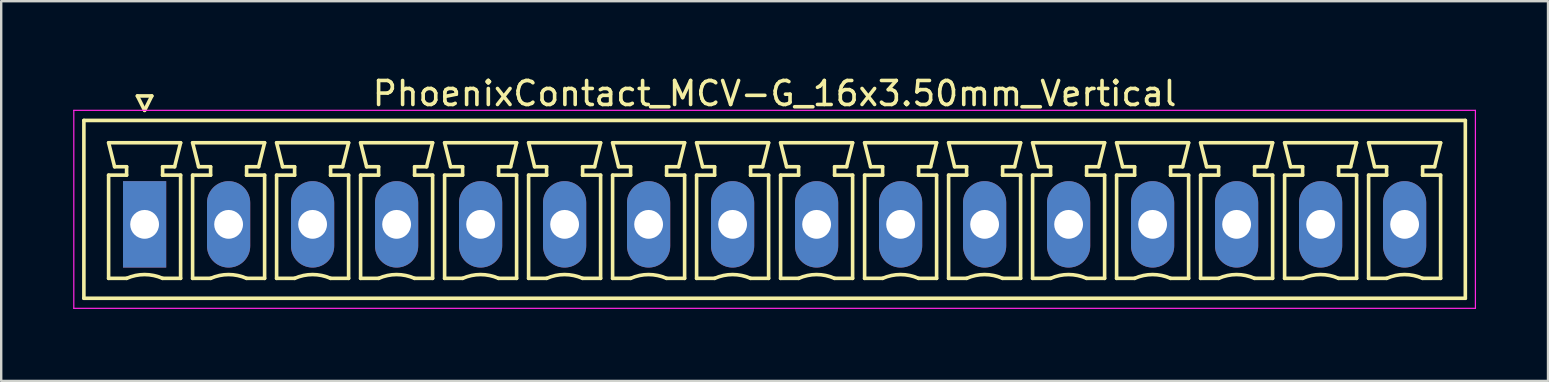
<source format=kicad_pcb>
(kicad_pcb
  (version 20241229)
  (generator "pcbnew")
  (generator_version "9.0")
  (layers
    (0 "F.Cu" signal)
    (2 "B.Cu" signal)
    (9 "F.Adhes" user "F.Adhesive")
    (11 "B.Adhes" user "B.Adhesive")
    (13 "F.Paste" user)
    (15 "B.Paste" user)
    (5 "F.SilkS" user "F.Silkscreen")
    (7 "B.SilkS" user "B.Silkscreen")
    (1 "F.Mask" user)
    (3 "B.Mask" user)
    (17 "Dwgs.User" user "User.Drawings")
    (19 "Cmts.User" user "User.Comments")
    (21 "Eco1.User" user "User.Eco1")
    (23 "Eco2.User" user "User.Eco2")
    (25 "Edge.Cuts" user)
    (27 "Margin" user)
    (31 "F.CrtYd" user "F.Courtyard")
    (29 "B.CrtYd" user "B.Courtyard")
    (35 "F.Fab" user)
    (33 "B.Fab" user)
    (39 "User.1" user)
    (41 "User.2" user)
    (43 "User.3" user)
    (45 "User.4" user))
  (footprint "PhoenixContact_MCV-G_16x3.50mm_Vertical"
    (layer "F.Cu")
    (at 2.975 6.298)
    (property "Reference" "PhoenixContact_MCV-G_16x3.50mm_Vertical" (at 26.25 -5.45 0) (layer "F.SilkS") (effects (font (size 1 1) (thickness 0.15))))
    (attr through_hole)
    (fp_line (start -2.53 -4.33) (end -2.53 3.08) (stroke (width 0.15) (type solid)) (layer "F.SilkS"))
    (fp_line (start -2.53 3.08) (end 55.03 3.08) (stroke (width 0.15) (type solid)) (layer "F.SilkS"))
    (fp_line (start -1.5 -3.4) (end 1.5 -3.4) (stroke (width 0.15) (type solid)) (layer "F.SilkS"))
    (fp_line (start -1.5 -2.05) (end -0.75 -2.05) (stroke (width 0.15) (type solid)) (layer "F.SilkS"))
    (fp_line (start -1.5 2.25) (end -1.5 -2.05) (stroke (width 0.15) (type solid)) (layer "F.SilkS"))
    (fp_line (start -1.25 -2.4) (end -1.5 -3.4) (stroke (width 0.15) (type solid)) (layer "F.SilkS"))
    (fp_line (start -0.75 -2.4) (end -1.25 -2.4) (stroke (width 0.15) (type solid)) (layer "F.SilkS"))
    (fp_line (start -0.75 -2.05) (end -0.75 -2.4) (stroke (width 0.15) (type solid)) (layer "F.SilkS"))
    (fp_line (start -0.75 2.25) (end -1.5 2.25) (stroke (width 0.15) (type solid)) (layer "F.SilkS"))
    (fp_line (start -0.3 -5.35) (end 0 -4.75) (stroke (width 0.15) (type solid)) (layer "F.SilkS"))
    (fp_line (start 0 -4.75) (end 0.3 -5.35) (stroke (width 0.15) (type solid)) (layer "F.SilkS"))
    (fp_line (start 0.3 -5.35) (end -0.3 -5.35) (stroke (width 0.15) (type solid)) (layer "F.SilkS"))
    (fp_line (start 0.75 -2.4) (end 0.75 -2.05) (stroke (width 0.15) (type solid)) (layer "F.SilkS"))
    (fp_line (start 0.75 -2.05) (end 0.75 -2.05) (stroke (width 0.15) (type solid)) (layer "F.SilkS"))
    (fp_line (start 0.75 -2.05) (end 1.5 -2.05) (stroke (width 0.15) (type solid)) (layer "F.SilkS"))
    (fp_line (start 1.25 -2.4) (end 0.75 -2.4) (stroke (width 0.15) (type solid)) (layer "F.SilkS"))
    (fp_line (start 1.5 -3.4) (end 1.25 -2.4) (stroke (width 0.15) (type solid)) (layer "F.SilkS"))
    (fp_line (start 1.5 -2.05) (end 1.5 2.25) (stroke (width 0.15) (type solid)) (layer "F.SilkS"))
    (fp_line (start 1.5 2.25) (end 0.75 2.25) (stroke (width 0.15) (type solid)) (layer "F.SilkS"))
    (fp_line (start 2 -3.4) (end 5 -3.4) (stroke (width 0.15) (type solid)) (layer "F.SilkS"))
    (fp_line (start 2 -2.05) (end 2.75 -2.05) (stroke (width 0.15) (type solid)) (layer "F.SilkS"))
    (fp_line (start 2 2.25) (end 2 -2.05) (stroke (width 0.15) (type solid)) (layer "F.SilkS"))
    (fp_line (start 2.25 -2.4) (end 2 -3.4) (stroke (width 0.15) (type solid)) (layer "F.SilkS"))
    (fp_line (start 2.75 -2.4) (end 2.25 -2.4) (stroke (width 0.15) (type solid)) (layer "F.SilkS"))
    (fp_line (start 2.75 -2.05) (end 2.75 -2.4) (stroke (width 0.15) (type solid)) (layer "F.SilkS"))
    (fp_line (start 2.75 2.25) (end 2 2.25) (stroke (width 0.15) (type solid)) (layer "F.SilkS"))
    (fp_line (start 4.25 -2.4) (end 4.25 -2.05) (stroke (width 0.15) (type solid)) (layer "F.SilkS"))
    (fp_line (start 4.25 -2.05) (end 4.25 -2.05) (stroke (width 0.15) (type solid)) (layer "F.SilkS"))
    (fp_line (start 4.25 -2.05) (end 5 -2.05) (stroke (width 0.15) (type solid)) (layer "F.SilkS"))
    (fp_line (start 4.75 -2.4) (end 4.25 -2.4) (stroke (width 0.15) (type solid)) (layer "F.SilkS"))
    (fp_line (start 5 -3.4) (end 4.75 -2.4) (stroke (width 0.15) (type solid)) (layer "F.SilkS"))
    (fp_line (start 5 -2.05) (end 5 2.25) (stroke (width 0.15) (type solid)) (layer "F.SilkS"))
    (fp_line (start 5 2.25) (end 4.25 2.25) (stroke (width 0.15) (type solid)) (layer "F.SilkS"))
    (fp_line (start 5.5 -3.4) (end 8.5 -3.4) (stroke (width 0.15) (type solid)) (layer "F.SilkS"))
    (fp_line (start 5.5 -2.05) (end 6.25 -2.05) (stroke (width 0.15) (type solid)) (layer "F.SilkS"))
    (fp_line (start 5.5 2.25) (end 5.5 -2.05) (stroke (width 0.15) (type solid)) (layer "F.SilkS"))
    (fp_line (start 5.75 -2.4) (end 5.5 -3.4) (stroke (width 0.15) (type solid)) (layer "F.SilkS"))
    (fp_line (start 6.25 -2.4) (end 5.75 -2.4) (stroke (width 0.15) (type solid)) (layer "F.SilkS"))
    (fp_line (start 6.25 -2.05) (end 6.25 -2.4) (stroke (width 0.15) (type solid)) (layer "F.SilkS"))
    (fp_line (start 6.25 2.25) (end 5.5 2.25) (stroke (width 0.15) (type solid)) (layer "F.SilkS"))
    (fp_line (start 7.75 -2.4) (end 7.75 -2.05) (stroke (width 0.15) (type solid)) (layer "F.SilkS"))
    (fp_line (start 7.75 -2.05) (end 7.75 -2.05) (stroke (width 0.15) (type solid)) (layer "F.SilkS"))
    (fp_line (start 7.75 -2.05) (end 8.5 -2.05) (stroke (width 0.15) (type solid)) (layer "F.SilkS"))
    (fp_line (start 8.25 -2.4) (end 7.75 -2.4) (stroke (width 0.15) (type solid)) (layer "F.SilkS"))
    (fp_line (start 8.5 -3.4) (end 8.25 -2.4) (stroke (width 0.15) (type solid)) (layer "F.SilkS"))
    (fp_line (start 8.5 -2.05) (end 8.5 2.25) (stroke (width 0.15) (type solid)) (layer "F.SilkS"))
    (fp_line (start 8.5 2.25) (end 7.75 2.25) (stroke (width 0.15) (type solid)) (layer "F.SilkS"))
    (fp_line (start 9 -3.4) (end 12 -3.4) (stroke (width 0.15) (type solid)) (layer "F.SilkS"))
    (fp_line (start 9 -2.05) (end 9.75 -2.05) (stroke (width 0.15) (type solid)) (layer "F.SilkS"))
    (fp_line (start 9 2.25) (end 9 -2.05) (stroke (width 0.15) (type solid)) (layer "F.SilkS"))
    (fp_line (start 9.25 -2.4) (end 9 -3.4) (stroke (width 0.15) (type solid)) (layer "F.SilkS"))
    (fp_line (start 9.75 -2.4) (end 9.25 -2.4) (stroke (width 0.15) (type solid)) (layer "F.SilkS"))
    (fp_line (start 9.75 -2.05) (end 9.75 -2.4) (stroke (width 0.15) (type solid)) (layer "F.SilkS"))
    (fp_line (start 9.75 2.25) (end 9 2.25) (stroke (width 0.15) (type solid)) (layer "F.SilkS"))
    (fp_line (start 11.25 -2.4) (end 11.25 -2.05) (stroke (width 0.15) (type solid)) (layer "F.SilkS"))
    (fp_line (start 11.25 -2.05) (end 11.25 -2.05) (stroke (width 0.15) (type solid)) (layer "F.SilkS"))
    (fp_line (start 11.25 -2.05) (end 12 -2.05) (stroke (width 0.15) (type solid)) (layer "F.SilkS"))
    (fp_line (start 11.75 -2.4) (end 11.25 -2.4) (stroke (width 0.15) (type solid)) (layer "F.SilkS"))
    (fp_line (start 12 -3.4) (end 11.75 -2.4) (stroke (width 0.15) (type solid)) (layer "F.SilkS"))
    (fp_line (start 12 -2.05) (end 12 2.25) (stroke (width 0.15) (type solid)) (layer "F.SilkS"))
    (fp_line (start 12 2.25) (end 11.25 2.25) (stroke (width 0.15) (type solid)) (layer "F.SilkS"))
    (fp_line (start 12.5 -3.4) (end 15.5 -3.4) (stroke (width 0.15) (type solid)) (layer "F.SilkS"))
    (fp_line (start 12.5 -2.05) (end 13.25 -2.05) (stroke (width 0.15) (type solid)) (layer "F.SilkS"))
    (fp_line (start 12.5 2.25) (end 12.5 -2.05) (stroke (width 0.15) (type solid)) (layer "F.SilkS"))
    (fp_line (start 12.75 -2.4) (end 12.5 -3.4) (stroke (width 0.15) (type solid)) (layer "F.SilkS"))
    (fp_line (start 13.25 -2.4) (end 12.75 -2.4) (stroke (width 0.15) (type solid)) (layer "F.SilkS"))
    (fp_line (start 13.25 -2.05) (end 13.25 -2.4) (stroke (width 0.15) (type solid)) (layer "F.SilkS"))
    (fp_line (start 13.25 2.25) (end 12.5 2.25) (stroke (width 0.15) (type solid)) (layer "F.SilkS"))
    (fp_line (start 14.75 -2.4) (end 14.75 -2.05) (stroke (width 0.15) (type solid)) (layer "F.SilkS"))
    (fp_line (start 14.75 -2.05) (end 14.75 -2.05) (stroke (width 0.15) (type solid)) (layer "F.SilkS"))
    (fp_line (start 14.75 -2.05) (end 15.5 -2.05) (stroke (width 0.15) (type solid)) (layer "F.SilkS"))
    (fp_line (start 15.25 -2.4) (end 14.75 -2.4) (stroke (width 0.15) (type solid)) (layer "F.SilkS"))
    (fp_line (start 15.5 -3.4) (end 15.25 -2.4) (stroke (width 0.15) (type solid)) (layer "F.SilkS"))
    (fp_line (start 15.5 -2.05) (end 15.5 2.25) (stroke (width 0.15) (type solid)) (layer "F.SilkS"))
    (fp_line (start 15.5 2.25) (end 14.75 2.25) (stroke (width 0.15) (type solid)) (layer "F.SilkS"))
    (fp_line (start 16 -3.4) (end 19 -3.4) (stroke (width 0.15) (type solid)) (layer "F.SilkS"))
    (fp_line (start 16 -2.05) (end 16.75 -2.05) (stroke (width 0.15) (type solid)) (layer "F.SilkS"))
    (fp_line (start 16 2.25) (end 16 -2.05) (stroke (width 0.15) (type solid)) (layer "F.SilkS"))
    (fp_line (start 16.25 -2.4) (end 16 -3.4) (stroke (width 0.15) (type solid)) (layer "F.SilkS"))
    (fp_line (start 16.75 -2.4) (end 16.25 -2.4) (stroke (width 0.15) (type solid)) (layer "F.SilkS"))
    (fp_line (start 16.75 -2.05) (end 16.75 -2.4) (stroke (width 0.15) (type solid)) (layer "F.SilkS"))
    (fp_line (start 16.75 2.25) (end 16 2.25) (stroke (width 0.15) (type solid)) (layer "F.SilkS"))
    (fp_line (start 18.25 -2.4) (end 18.25 -2.05) (stroke (width 0.15) (type solid)) (layer "F.SilkS"))
    (fp_line (start 18.25 -2.05) (end 18.25 -2.05) (stroke (width 0.15) (type solid)) (layer "F.SilkS"))
    (fp_line (start 18.25 -2.05) (end 19 -2.05) (stroke (width 0.15) (type solid)) (layer "F.SilkS"))
    (fp_line (start 18.75 -2.4) (end 18.25 -2.4) (stroke (width 0.15) (type solid)) (layer "F.SilkS"))
    (fp_line (start 19 -3.4) (end 18.75 -2.4) (stroke (width 0.15) (type solid)) (layer "F.SilkS"))
    (fp_line (start 19 -2.05) (end 19 2.25) (stroke (width 0.15) (type solid)) (layer "F.SilkS"))
    (fp_line (start 19 2.25) (end 18.25 2.25) (stroke (width 0.15) (type solid)) (layer "F.SilkS"))
    (fp_line (start 19.5 -3.4) (end 22.5 -3.4) (stroke (width 0.15) (type solid)) (layer "F.SilkS"))
    (fp_line (start 19.5 -2.05) (end 20.25 -2.05) (stroke (width 0.15) (type solid)) (layer "F.SilkS"))
    (fp_line (start 19.5 2.25) (end 19.5 -2.05) (stroke (width 0.15) (type solid)) (layer "F.SilkS"))
    (fp_line (start 19.75 -2.4) (end 19.5 -3.4) (stroke (width 0.15) (type solid)) (layer "F.SilkS"))
    (fp_line (start 20.25 -2.4) (end 19.75 -2.4) (stroke (width 0.15) (type solid)) (layer "F.SilkS"))
    (fp_line (start 20.25 -2.05) (end 20.25 -2.4) (stroke (width 0.15) (type solid)) (layer "F.SilkS"))
    (fp_line (start 20.25 2.25) (end 19.5 2.25) (stroke (width 0.15) (type solid)) (layer "F.SilkS"))
    (fp_line (start 21.75 -2.4) (end 21.75 -2.05) (stroke (width 0.15) (type solid)) (layer "F.SilkS"))
    (fp_line (start 21.75 -2.05) (end 21.75 -2.05) (stroke (width 0.15) (type solid)) (layer "F.SilkS"))
    (fp_line (start 21.75 -2.05) (end 22.5 -2.05) (stroke (width 0.15) (type solid)) (layer "F.SilkS"))
    (fp_line (start 22.25 -2.4) (end 21.75 -2.4) (stroke (width 0.15) (type solid)) (layer "F.SilkS"))
    (fp_line (start 22.5 -3.4) (end 22.25 -2.4) (stroke (width 0.15) (type solid)) (layer "F.SilkS"))
    (fp_line (start 22.5 -2.05) (end 22.5 2.25) (stroke (width 0.15) (type solid)) (layer "F.SilkS"))
    (fp_line (start 22.5 2.25) (end 21.75 2.25) (stroke (width 0.15) (type solid)) (layer "F.SilkS"))
    (fp_line (start 23 -3.4) (end 26 -3.4) (stroke (width 0.15) (type solid)) (layer "F.SilkS"))
    (fp_line (start 23 -2.05) (end 23.75 -2.05) (stroke (width 0.15) (type solid)) (layer "F.SilkS"))
    (fp_line (start 23 2.25) (end 23 -2.05) (stroke (width 0.15) (type solid)) (layer "F.SilkS"))
    (fp_line (start 23.25 -2.4) (end 23 -3.4) (stroke (width 0.15) (type solid)) (layer "F.SilkS"))
    (fp_line (start 23.75 -2.4) (end 23.25 -2.4) (stroke (width 0.15) (type solid)) (layer "F.SilkS"))
    (fp_line (start 23.75 -2.05) (end 23.75 -2.4) (stroke (width 0.15) (type solid)) (layer "F.SilkS"))
    (fp_line (start 23.75 2.25) (end 23 2.25) (stroke (width 0.15) (type solid)) (layer "F.SilkS"))
    (fp_line (start 25.25 -2.4) (end 25.25 -2.05) (stroke (width 0.15) (type solid)) (layer "F.SilkS"))
    (fp_line (start 25.25 -2.05) (end 25.25 -2.05) (stroke (width 0.15) (type solid)) (layer "F.SilkS"))
    (fp_line (start 25.25 -2.05) (end 26 -2.05) (stroke (width 0.15) (type solid)) (layer "F.SilkS"))
    (fp_line (start 25.75 -2.4) (end 25.25 -2.4) (stroke (width 0.15) (type solid)) (layer "F.SilkS"))
    (fp_line (start 26 -3.4) (end 25.75 -2.4) (stroke (width 0.15) (type solid)) (layer "F.SilkS"))
    (fp_line (start 26 -2.05) (end 26 2.25) (stroke (width 0.15) (type solid)) (layer "F.SilkS"))
    (fp_line (start 26 2.25) (end 25.25 2.25) (stroke (width 0.15) (type solid)) (layer "F.SilkS"))
    (fp_line (start 26.5 -3.4) (end 29.5 -3.4) (stroke (width 0.15) (type solid)) (layer "F.SilkS"))
    (fp_line (start 26.5 -2.05) (end 27.25 -2.05) (stroke (width 0.15) (type solid)) (layer "F.SilkS"))
    (fp_line (start 26.5 2.25) (end 26.5 -2.05) (stroke (width 0.15) (type solid)) (layer "F.SilkS"))
    (fp_line (start 26.75 -2.4) (end 26.5 -3.4) (stroke (width 0.15) (type solid)) (layer "F.SilkS"))
    (fp_line (start 27.25 -2.4) (end 26.75 -2.4) (stroke (width 0.15) (type solid)) (layer "F.SilkS"))
    (fp_line (start 27.25 -2.05) (end 27.25 -2.4) (stroke (width 0.15) (type solid)) (layer "F.SilkS"))
    (fp_line (start 27.25 2.25) (end 26.5 2.25) (stroke (width 0.15) (type solid)) (layer "F.SilkS"))
    (fp_line (start 28.75 -2.4) (end 28.75 -2.05) (stroke (width 0.15) (type solid)) (layer "F.SilkS"))
    (fp_line (start 28.75 -2.05) (end 28.75 -2.05) (stroke (width 0.15) (type solid)) (layer "F.SilkS"))
    (fp_line (start 28.75 -2.05) (end 29.5 -2.05) (stroke (width 0.15) (type solid)) (layer "F.SilkS"))
    (fp_line (start 29.25 -2.4) (end 28.75 -2.4) (stroke (width 0.15) (type solid)) (layer "F.SilkS"))
    (fp_line (start 29.5 -3.4) (end 29.25 -2.4) (stroke (width 0.15) (type solid)) (layer "F.SilkS"))
    (fp_line (start 29.5 -2.05) (end 29.5 2.25) (stroke (width 0.15) (type solid)) (layer "F.SilkS"))
    (fp_line (start 29.5 2.25) (end 28.75 2.25) (stroke (width 0.15) (type solid)) (layer "F.SilkS"))
    (fp_line (start 30 -3.4) (end 33 -3.4) (stroke (width 0.15) (type solid)) (layer "F.SilkS"))
    (fp_line (start 30 -2.05) (end 30.75 -2.05) (stroke (width 0.15) (type solid)) (layer "F.SilkS"))
    (fp_line (start 30 2.25) (end 30 -2.05) (stroke (width 0.15) (type solid)) (layer "F.SilkS"))
    (fp_line (start 30.25 -2.4) (end 30 -3.4) (stroke (width 0.15) (type solid)) (layer "F.SilkS"))
    (fp_line (start 30.75 -2.4) (end 30.25 -2.4) (stroke (width 0.15) (type solid)) (layer "F.SilkS"))
    (fp_line (start 30.75 -2.05) (end 30.75 -2.4) (stroke (width 0.15) (type solid)) (layer "F.SilkS"))
    (fp_line (start 30.75 2.25) (end 30 2.25) (stroke (width 0.15) (type solid)) (layer "F.SilkS"))
    (fp_line (start 32.25 -2.4) (end 32.25 -2.05) (stroke (width 0.15) (type solid)) (layer "F.SilkS"))
    (fp_line (start 32.25 -2.05) (end 32.25 -2.05) (stroke (width 0.15) (type solid)) (layer "F.SilkS"))
    (fp_line (start 32.25 -2.05) (end 33 -2.05) (stroke (width 0.15) (type solid)) (layer "F.SilkS"))
    (fp_line (start 32.75 -2.4) (end 32.25 -2.4) (stroke (width 0.15) (type solid)) (layer "F.SilkS"))
    (fp_line (start 33 -3.4) (end 32.75 -2.4) (stroke (width 0.15) (type solid)) (layer "F.SilkS"))
    (fp_line (start 33 -2.05) (end 33 2.25) (stroke (width 0.15) (type solid)) (layer "F.SilkS"))
    (fp_line (start 33 2.25) (end 32.25 2.25) (stroke (width 0.15) (type solid)) (layer "F.SilkS"))
    (fp_line (start 33.5 -3.4) (end 36.5 -3.4) (stroke (width 0.15) (type solid)) (layer "F.SilkS"))
    (fp_line (start 33.5 -2.05) (end 34.25 -2.05) (stroke (width 0.15) (type solid)) (layer "F.SilkS"))
    (fp_line (start 33.5 2.25) (end 33.5 -2.05) (stroke (width 0.15) (type solid)) (layer "F.SilkS"))
    (fp_line (start 33.75 -2.4) (end 33.5 -3.4) (stroke (width 0.15) (type solid)) (layer "F.SilkS"))
    (fp_line (start 34.25 -2.4) (end 33.75 -2.4) (stroke (width 0.15) (type solid)) (layer "F.SilkS"))
    (fp_line (start 34.25 -2.05) (end 34.25 -2.4) (stroke (width 0.15) (type solid)) (layer "F.SilkS"))
    (fp_line (start 34.25 2.25) (end 33.5 2.25) (stroke (width 0.15) (type solid)) (layer "F.SilkS"))
    (fp_line (start 35.75 -2.4) (end 35.75 -2.05) (stroke (width 0.15) (type solid)) (layer "F.SilkS"))
    (fp_line (start 35.75 -2.05) (end 35.75 -2.05) (stroke (width 0.15) (type solid)) (layer "F.SilkS"))
    (fp_line (start 35.75 -2.05) (end 36.5 -2.05) (stroke (width 0.15) (type solid)) (layer "F.SilkS"))
    (fp_line (start 36.25 -2.4) (end 35.75 -2.4) (stroke (width 0.15) (type solid)) (layer "F.SilkS"))
    (fp_line (start 36.5 -3.4) (end 36.25 -2.4) (stroke (width 0.15) (type solid)) (layer "F.SilkS"))
    (fp_line (start 36.5 -2.05) (end 36.5 2.25) (stroke (width 0.15) (type solid)) (layer "F.SilkS"))
    (fp_line (start 36.5 2.25) (end 35.75 2.25) (stroke (width 0.15) (type solid)) (layer "F.SilkS"))
    (fp_line (start 37 -3.4) (end 40 -3.4) (stroke (width 0.15) (type solid)) (layer "F.SilkS"))
    (fp_line (start 37 -2.05) (end 37.75 -2.05) (stroke (width 0.15) (type solid)) (layer "F.SilkS"))
    (fp_line (start 37 2.25) (end 37 -2.05) (stroke (width 0.15) (type solid)) (layer "F.SilkS"))
    (fp_line (start 37.25 -2.4) (end 37 -3.4) (stroke (width 0.15) (type solid)) (layer "F.SilkS"))
    (fp_line (start 37.75 -2.4) (end 37.25 -2.4) (stroke (width 0.15) (type solid)) (layer "F.SilkS"))
    (fp_line (start 37.75 -2.05) (end 37.75 -2.4) (stroke (width 0.15) (type solid)) (layer "F.SilkS"))
    (fp_line (start 37.75 2.25) (end 37 2.25) (stroke (width 0.15) (type solid)) (layer "F.SilkS"))
    (fp_line (start 39.25 -2.4) (end 39.25 -2.05) (stroke (width 0.15) (type solid)) (layer "F.SilkS"))
    (fp_line (start 39.25 -2.05) (end 39.25 -2.05) (stroke (width 0.15) (type solid)) (layer "F.SilkS"))
    (fp_line (start 39.25 -2.05) (end 40 -2.05) (stroke (width 0.15) (type solid)) (layer "F.SilkS"))
    (fp_line (start 39.75 -2.4) (end 39.25 -2.4) (stroke (width 0.15) (type solid)) (layer "F.SilkS"))
    (fp_line (start 40 -3.4) (end 39.75 -2.4) (stroke (width 0.15) (type solid)) (layer "F.SilkS"))
    (fp_line (start 40 -2.05) (end 40 2.25) (stroke (width 0.15) (type solid)) (layer "F.SilkS"))
    (fp_line (start 40 2.25) (end 39.25 2.25) (stroke (width 0.15) (type solid)) (layer "F.SilkS"))
    (fp_line (start 40.5 -3.4) (end 43.5 -3.4) (stroke (width 0.15) (type solid)) (layer "F.SilkS"))
    (fp_line (start 40.5 -2.05) (end 41.25 -2.05) (stroke (width 0.15) (type solid)) (layer "F.SilkS"))
    (fp_line (start 40.5 2.25) (end 40.5 -2.05) (stroke (width 0.15) (type solid)) (layer "F.SilkS"))
    (fp_line (start 40.75 -2.4) (end 40.5 -3.4) (stroke (width 0.15) (type solid)) (layer "F.SilkS"))
    (fp_line (start 41.25 -2.4) (end 40.75 -2.4) (stroke (width 0.15) (type solid)) (layer "F.SilkS"))
    (fp_line (start 41.25 -2.05) (end 41.25 -2.4) (stroke (width 0.15) (type solid)) (layer "F.SilkS"))
    (fp_line (start 41.25 2.25) (end 40.5 2.25) (stroke (width 0.15) (type solid)) (layer "F.SilkS"))
    (fp_line (start 42.75 -2.4) (end 42.75 -2.05) (stroke (width 0.15) (type solid)) (layer "F.SilkS"))
    (fp_line (start 42.75 -2.05) (end 42.75 -2.05) (stroke (width 0.15) (type solid)) (layer "F.SilkS"))
    (fp_line (start 42.75 -2.05) (end 43.5 -2.05) (stroke (width 0.15) (type solid)) (layer "F.SilkS"))
    (fp_line (start 43.25 -2.4) (end 42.75 -2.4) (stroke (width 0.15) (type solid)) (layer "F.SilkS"))
    (fp_line (start 43.5 -3.4) (end 43.25 -2.4) (stroke (width 0.15) (type solid)) (layer "F.SilkS"))
    (fp_line (start 43.5 -2.05) (end 43.5 2.25) (stroke (width 0.15) (type solid)) (layer "F.SilkS"))
    (fp_line (start 43.5 2.25) (end 42.75 2.25) (stroke (width 0.15) (type solid)) (layer "F.SilkS"))
    (fp_line (start 44 -3.4) (end 47 -3.4) (stroke (width 0.15) (type solid)) (layer "F.SilkS"))
    (fp_line (start 44 -2.05) (end 44.75 -2.05) (stroke (width 0.15) (type solid)) (layer "F.SilkS"))
    (fp_line (start 44 2.25) (end 44 -2.05) (stroke (width 0.15) (type solid)) (layer "F.SilkS"))
    (fp_line (start 44.25 -2.4) (end 44 -3.4) (stroke (width 0.15) (type solid)) (layer "F.SilkS"))
    (fp_line (start 44.75 -2.4) (end 44.25 -2.4) (stroke (width 0.15) (type solid)) (layer "F.SilkS"))
    (fp_line (start 44.75 -2.05) (end 44.75 -2.4) (stroke (width 0.15) (type solid)) (layer "F.SilkS"))
    (fp_line (start 44.75 2.25) (end 44 2.25) (stroke (width 0.15) (type solid)) (layer "F.SilkS"))
    (fp_line (start 46.25 -2.4) (end 46.25 -2.05) (stroke (width 0.15) (type solid)) (layer "F.SilkS"))
    (fp_line (start 46.25 -2.05) (end 46.25 -2.05) (stroke (width 0.15) (type solid)) (layer "F.SilkS"))
    (fp_line (start 46.25 -2.05) (end 47 -2.05) (stroke (width 0.15) (type solid)) (layer "F.SilkS"))
    (fp_line (start 46.75 -2.4) (end 46.25 -2.4) (stroke (width 0.15) (type solid)) (layer "F.SilkS"))
    (fp_line (start 47 -3.4) (end 46.75 -2.4) (stroke (width 0.15) (type solid)) (layer "F.SilkS"))
    (fp_line (start 47 -2.05) (end 47 2.25) (stroke (width 0.15) (type solid)) (layer "F.SilkS"))
    (fp_line (start 47 2.25) (end 46.25 2.25) (stroke (width 0.15) (type solid)) (layer "F.SilkS"))
    (fp_line (start 47.5 -3.4) (end 50.5 -3.4) (stroke (width 0.15) (type solid)) (layer "F.SilkS"))
    (fp_line (start 47.5 -2.05) (end 48.25 -2.05) (stroke (width 0.15) (type solid)) (layer "F.SilkS"))
    (fp_line (start 47.5 2.25) (end 47.5 -2.05) (stroke (width 0.15) (type solid)) (layer "F.SilkS"))
    (fp_line (start 47.75 -2.4) (end 47.5 -3.4) (stroke (width 0.15) (type solid)) (layer "F.SilkS"))
    (fp_line (start 48.25 -2.4) (end 47.75 -2.4) (stroke (width 0.15) (type solid)) (layer "F.SilkS"))
    (fp_line (start 48.25 -2.05) (end 48.25 -2.4) (stroke (width 0.15) (type solid)) (layer "F.SilkS"))
    (fp_line (start 48.25 2.25) (end 47.5 2.25) (stroke (width 0.15) (type solid)) (layer "F.SilkS"))
    (fp_line (start 49.75 -2.4) (end 49.75 -2.05) (stroke (width 0.15) (type solid)) (layer "F.SilkS"))
    (fp_line (start 49.75 -2.05) (end 49.75 -2.05) (stroke (width 0.15) (type solid)) (layer "F.SilkS"))
    (fp_line (start 49.75 -2.05) (end 50.5 -2.05) (stroke (width 0.15) (type solid)) (layer "F.SilkS"))
    (fp_line (start 50.25 -2.4) (end 49.75 -2.4) (stroke (width 0.15) (type solid)) (layer "F.SilkS"))
    (fp_line (start 50.5 -3.4) (end 50.25 -2.4) (stroke (width 0.15) (type solid)) (layer "F.SilkS"))
    (fp_line (start 50.5 -2.05) (end 50.5 2.25) (stroke (width 0.15) (type solid)) (layer "F.SilkS"))
    (fp_line (start 50.5 2.25) (end 49.75 2.25) (stroke (width 0.15) (type solid)) (layer "F.SilkS"))
    (fp_line (start 51 -3.4) (end 54 -3.4) (stroke (width 0.15) (type solid)) (layer "F.SilkS"))
    (fp_line (start 51 -2.05) (end 51.75 -2.05) (stroke (width 0.15) (type solid)) (layer "F.SilkS"))
    (fp_line (start 51 2.25) (end 51 -2.05) (stroke (width 0.15) (type solid)) (layer "F.SilkS"))
    (fp_line (start 51.25 -2.4) (end 51 -3.4) (stroke (width 0.15) (type solid)) (layer "F.SilkS"))
    (fp_line (start 51.75 -2.4) (end 51.25 -2.4) (stroke (width 0.15) (type solid)) (layer "F.SilkS"))
    (fp_line (start 51.75 -2.05) (end 51.75 -2.4) (stroke (width 0.15) (type solid)) (layer "F.SilkS"))
    (fp_line (start 51.75 2.25) (end 51 2.25) (stroke (width 0.15) (type solid)) (layer "F.SilkS"))
    (fp_line (start 53.25 -2.4) (end 53.25 -2.05) (stroke (width 0.15) (type solid)) (layer "F.SilkS"))
    (fp_line (start 53.25 -2.05) (end 53.25 -2.05) (stroke (width 0.15) (type solid)) (layer "F.SilkS"))
    (fp_line (start 53.25 -2.05) (end 54 -2.05) (stroke (width 0.15) (type solid)) (layer "F.SilkS"))
    (fp_line (start 53.75 -2.4) (end 53.25 -2.4) (stroke (width 0.15) (type solid)) (layer "F.SilkS"))
    (fp_line (start 54 -3.4) (end 53.75 -2.4) (stroke (width 0.15) (type solid)) (layer "F.SilkS"))
    (fp_line (start 54 -2.05) (end 54 2.25) (stroke (width 0.15) (type solid)) (layer "F.SilkS"))
    (fp_line (start 54 2.25) (end 53.25 2.25) (stroke (width 0.15) (type solid)) (layer "F.SilkS"))
    (fp_line (start 55.03 -4.33) (end -2.53 -4.33) (stroke (width 0.15) (type solid)) (layer "F.SilkS"))
    (fp_line (start 55.03 3.08) (end 55.03 -4.33) (stroke (width 0.15) (type solid)) (layer "F.SilkS"))
    (fp_arc (start -0.75 2.25) (mid -0.000193 2.09191) (end 0.749647 2.249844) (stroke (width 0.15) (type solid)) (layer "F.SilkS"))
    (fp_arc (start 2.75 2.25) (mid 3.499807 2.09191) (end 4.249647 2.249844) (stroke (width 0.15) (type solid)) (layer "F.SilkS"))
    (fp_arc (start 6.25 2.25) (mid 6.999807 2.09191) (end 7.749647 2.249844) (stroke (width 0.15) (type solid)) (layer "F.SilkS"))
    (fp_arc (start 9.75 2.25) (mid 10.499807 2.09191) (end 11.249647 2.249844) (stroke (width 0.15) (type solid)) (layer "F.SilkS"))
    (fp_arc (start 13.25 2.25) (mid 13.999807 2.09191) (end 14.749647 2.249844) (stroke (width 0.15) (type solid)) (layer "F.SilkS"))
    (fp_arc (start 16.75 2.25) (mid 17.499807 2.09191) (end 18.249647 2.249844) (stroke (width 0.15) (type solid)) (layer "F.SilkS"))
    (fp_arc (start 20.25 2.25) (mid 20.999807 2.09191) (end 21.749647 2.249844) (stroke (width 0.15) (type solid)) (layer "F.SilkS"))
    (fp_arc (start 23.75 2.25) (mid 24.499807 2.09191) (end 25.249647 2.249844) (stroke (width 0.15) (type solid)) (layer "F.SilkS"))
    (fp_arc (start 27.25 2.25) (mid 27.999807 2.09191) (end 28.749647 2.249844) (stroke (width 0.15) (type solid)) (layer "F.SilkS"))
    (fp_arc (start 30.75 2.25) (mid 31.499807 2.09191) (end 32.249647 2.249844) (stroke (width 0.15) (type solid)) (layer "F.SilkS"))
    (fp_arc (start 34.25 2.25) (mid 34.999807 2.09191) (end 35.749647 2.249844) (stroke (width 0.15) (type solid)) (layer "F.SilkS"))
    (fp_arc (start 37.75 2.25) (mid 38.499807 2.09191) (end 39.249647 2.249844) (stroke (width 0.15) (type solid)) (layer "F.SilkS"))
    (fp_arc (start 41.25 2.25) (mid 41.999807 2.09191) (end 42.749647 2.249844) (stroke (width 0.15) (type solid)) (layer "F.SilkS"))
    (fp_arc (start 44.75 2.25) (mid 45.499807 2.09191) (end 46.249647 2.249844) (stroke (width 0.15) (type solid)) (layer "F.SilkS"))
    (fp_arc (start 48.25 2.25) (mid 48.999807 2.09191) (end 49.749647 2.249844) (stroke (width 0.15) (type solid)) (layer "F.SilkS"))
    (fp_arc (start 51.75 2.25) (mid 52.499807 2.09191) (end 53.249647 2.249844) (stroke (width 0.15) (type solid)) (layer "F.SilkS"))
    (fp_line (start -2.95 -4.75) (end -2.95 3.5) (stroke (width 0.05) (type solid)) (layer "F.CrtYd"))
    (fp_line (start -2.95 3.5) (end 55.45 3.5) (stroke (width 0.05) (type solid)) (layer "F.CrtYd"))
    (fp_line (start 55.45 -4.75) (end -2.95 -4.75) (stroke (width 0.05) (type solid)) (layer "F.CrtYd"))
    (fp_line (start 55.45 3.5) (end 55.45 -4.75) (stroke (width 0.05) (type solid)) (layer "F.CrtYd"))
    (pad "1" thru_hole rect (at 0 0) (size 1.8 3.6) (drill 1.2) (layers "*.Cu" "*.Mask"))
    (pad "2" thru_hole oval (at 3.5 0) (size 1.8 3.6) (drill 1.2) (layers "*.Cu" "*.Mask"))
    (pad "3" thru_hole oval (at 7 0) (size 1.8 3.6) (drill 1.2) (layers "*.Cu" "*.Mask"))
    (pad "4" thru_hole oval (at 10.5 0) (size 1.8 3.6) (drill 1.2) (layers "*.Cu" "*.Mask"))
    (pad "5" thru_hole oval (at 14 0) (size 1.8 3.6) (drill 1.2) (layers "*.Cu" "*.Mask"))
    (pad "6" thru_hole oval (at 17.5 0) (size 1.8 3.6) (drill 1.2) (layers "*.Cu" "*.Mask"))
    (pad "7" thru_hole oval (at 21 0) (size 1.8 3.6) (drill 1.2) (layers "*.Cu" "*.Mask"))
    (pad "8" thru_hole oval (at 24.5 0) (size 1.8 3.6) (drill 1.2) (layers "*.Cu" "*.Mask"))
    (pad "9" thru_hole oval (at 28 0) (size 1.8 3.6) (drill 1.2) (layers "*.Cu" "*.Mask"))
    (pad "10" thru_hole oval (at 31.5 0) (size 1.8 3.6) (drill 1.2) (layers "*.Cu" "*.Mask"))
    (pad "11" thru_hole oval (at 35 0) (size 1.8 3.6) (drill 1.2) (layers "*.Cu" "*.Mask"))
    (pad "12" thru_hole oval (at 38.5 0) (size 1.8 3.6) (drill 1.2) (layers "*.Cu" "*.Mask"))
    (pad "13" thru_hole oval (at 42 0) (size 1.8 3.6) (drill 1.2) (layers "*.Cu" "*.Mask"))
    (pad "14" thru_hole oval (at 45.5 0) (size 1.8 3.6) (drill 1.2) (layers "*.Cu" "*.Mask"))
    (pad "15" thru_hole oval (at 49 0) (size 1.8 3.6) (drill 1.2) (layers "*.Cu" "*.Mask"))
    (pad "16" thru_hole oval (at 52.5 0) (size 1.8 3.6) (drill 1.2) (layers "*.Cu" "*.Mask")))
  (gr_rect
    (start -3 -3)
    (end 61.45 12.823)
    (stroke (width 0.1) (type default))
    (fill no)
    (layer "Edge.Cuts")))
</source>
